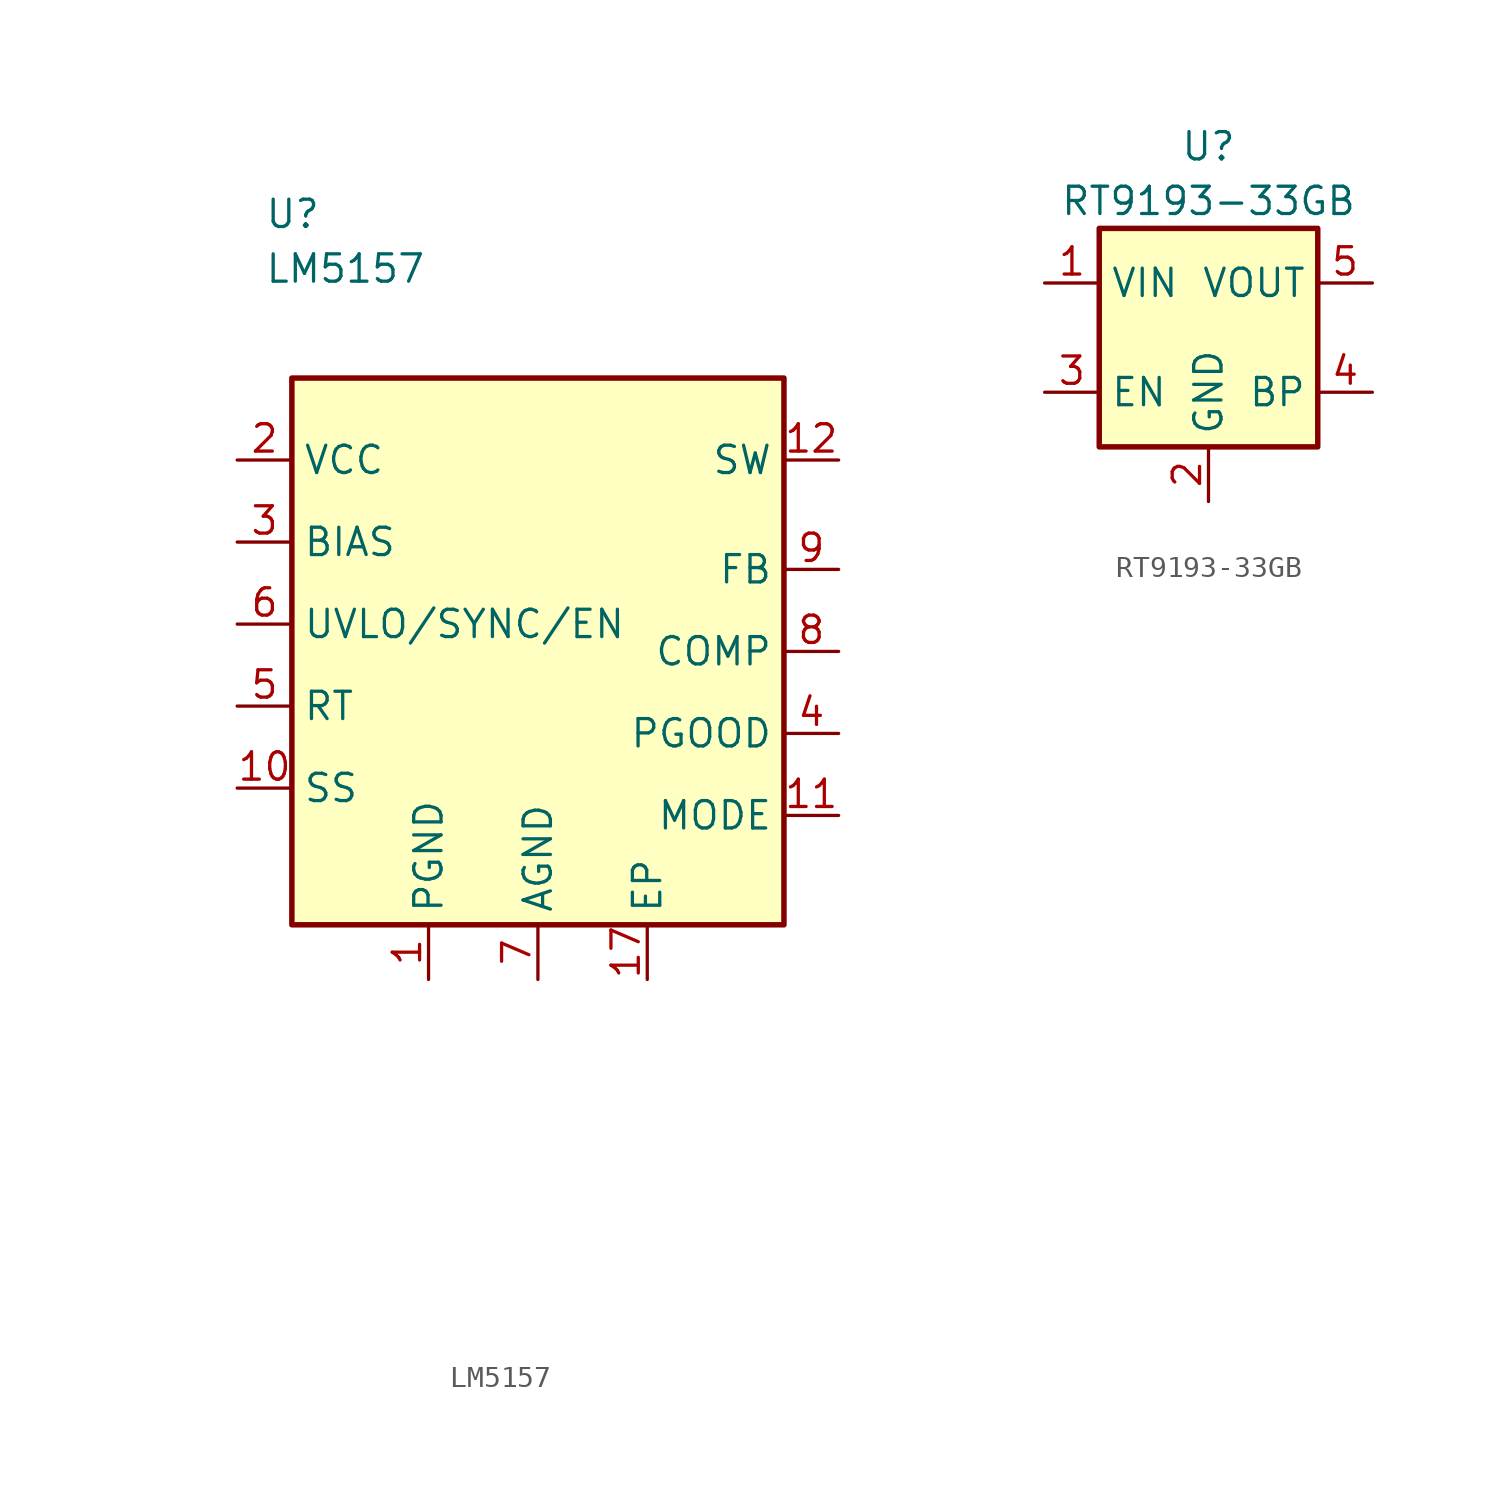
<source format=kicad_sym>
(kicad_symbol_lib
  (version 20241209)
  (generator "kicad_symbol_editor")
  (generator_version "9.0")
  (symbol "LM5157"
    (property "Reference" "U"
      (at -12.7 19.05 0)
      (effects (font (size 1.27 1.27)) (justify left)))
    (property "Value" "LM5157"
      (at -12.7 16.51 0)
      (effects (font (size 1.27 1.27)) (justify left)))
    (symbol "LM5157_0_1"
      (rectangle (start -11.43 11.43) (end 11.43 -13.97) (stroke (width 0.254) (type default)) (fill (type background))))
    (symbol "LM5157_1_1"
      (pin no_connect line (at -17.78 -29.21 0) (length 2.54) (hide yes) (name "NC" (effects (font (size 1.27 1.27)))) (number "15" (effects (font (size 1.27 1.27)))))
      (pin power_out line (at -13.97 7.62 0) (length 2.54) (name "VCC" (effects (font (size 1.27 1.27)))) (number "2" (effects (font (size 1.27 1.27)))))
      (pin power_out line (at -13.97 3.81 0) (length 2.54) (name "BIAS" (effects (font (size 1.27 1.27)))) (number "3" (effects (font (size 1.27 1.27)))))
      (pin input line (at -13.97 0 0) (length 2.54) (name "UVLO/SYNC/EN" (effects (font (size 1.27 1.27)))) (number "6" (effects (font (size 1.27 1.27)))))
      (pin input line (at -13.97 -3.81 0) (length 2.54) (name "RT" (effects (font (size 1.27 1.27)))) (number "5" (effects (font (size 1.27 1.27)))))
      (pin input line (at -13.97 -7.62 0) (length 2.54) (name "SS" (effects (font (size 1.27 1.27)))) (number "10" (effects (font (size 1.27 1.27)))))
      (pin power_in line (at -5.08 -16.51 90) (length 2.54) (name "PGND" (effects (font (size 1.27 1.27)))) (number "1" (effects (font (size 1.27 1.27)))))
      (pin power_in line (at -5.08 -16.51 90) (length 2.54) (hide yes) (name "PGND" (effects (font (size 1.27 1.27)))) (number "16" (effects (font (size 1.27 1.27)))))
      (pin power_in line (at 0 -16.51 90) (length 2.54) (name "AGND" (effects (font (size 1.27 1.27)))) (number "7" (effects (font (size 1.27 1.27)))))
      (pin power_in line (at 5.08 -16.51 90) (length 2.54) (name "EP" (effects (font (size 1.27 1.27)))) (number "17" (effects (font (size 1.27 1.27)))))
      (pin unspecified line (at 13.97 7.62 180) (length 2.54) (name "SW" (effects (font (size 1.27 1.27)))) (number "12" (effects (font (size 1.27 1.27)))))
      (pin unspecified line (at 13.97 7.62 180) (length 2.54) (hide yes) (name "SW" (effects (font (size 1.27 1.27)))) (number "13" (effects (font (size 1.27 1.27)))))
      (pin unspecified line (at 13.97 7.62 180) (length 2.54) (hide yes) (name "SW" (effects (font (size 1.27 1.27)))) (number "14" (effects (font (size 1.27 1.27)))))
      (pin input line (at 13.97 2.54 180) (length 2.54) (name "FB" (effects (font (size 1.27 1.27)))) (number "9" (effects (font (size 1.27 1.27)))))
      (pin output line (at 13.97 -1.27 180) (length 2.54) (name "COMP" (effects (font (size 1.27 1.27)))) (number "8" (effects (font (size 1.27 1.27)))))
      (pin output line (at 13.97 -5.08 180) (length 2.54) (name "PGOOD" (effects (font (size 1.27 1.27)))) (number "4" (effects (font (size 1.27 1.27)))))
      (pin input line (at 13.97 -8.89 180) (length 2.54) (name "MODE" (effects (font (size 1.27 1.27)))) (number "11" (effects (font (size 1.27 1.27)))))))
  (symbol "RT9193-33GB"
    (property "Reference" "U"
      (at 0 8.89 0)
      (effects (font (size 1.27 1.27))))
    (property "Value" "RT9193-33GB"
      (at 0 6.35 0)
      (effects (font (size 1.27 1.27))))
    (symbol "RT9193-33GB_0_1"
      (rectangle (start -5.08 5.08) (end 5.08 -5.08) (stroke (width 0.254) (type default)) (fill (type background))))
    (symbol "RT9193-33GB_1_1"
      (pin power_in line (at -7.62 2.54 0) (length 2.54) (name "VIN" (effects (font (size 1.27 1.27)))) (number "1" (effects (font (size 1.27 1.27)))))
      (pin input line (at -7.62 -2.54 0) (length 2.54) (name "EN" (effects (font (size 1.27 1.27)))) (number "3" (effects (font (size 1.27 1.27)))))
      (pin power_in line (at 0 -7.62 90) (length 2.54) (name "GND" (effects (font (size 1.27 1.27)))) (number "2" (effects (font (size 1.27 1.27)))))
      (pin power_out line (at 7.62 2.54 180) (length 2.54) (name "VOUT" (effects (font (size 1.27 1.27)))) (number "5" (effects (font (size 1.27 1.27)))))
      (pin output line (at 7.62 -2.54 180) (length 2.54) (name "BP" (effects (font (size 1.27 1.27)))) (number "4" (effects (font (size 1.27 1.27))))))))
</source>
